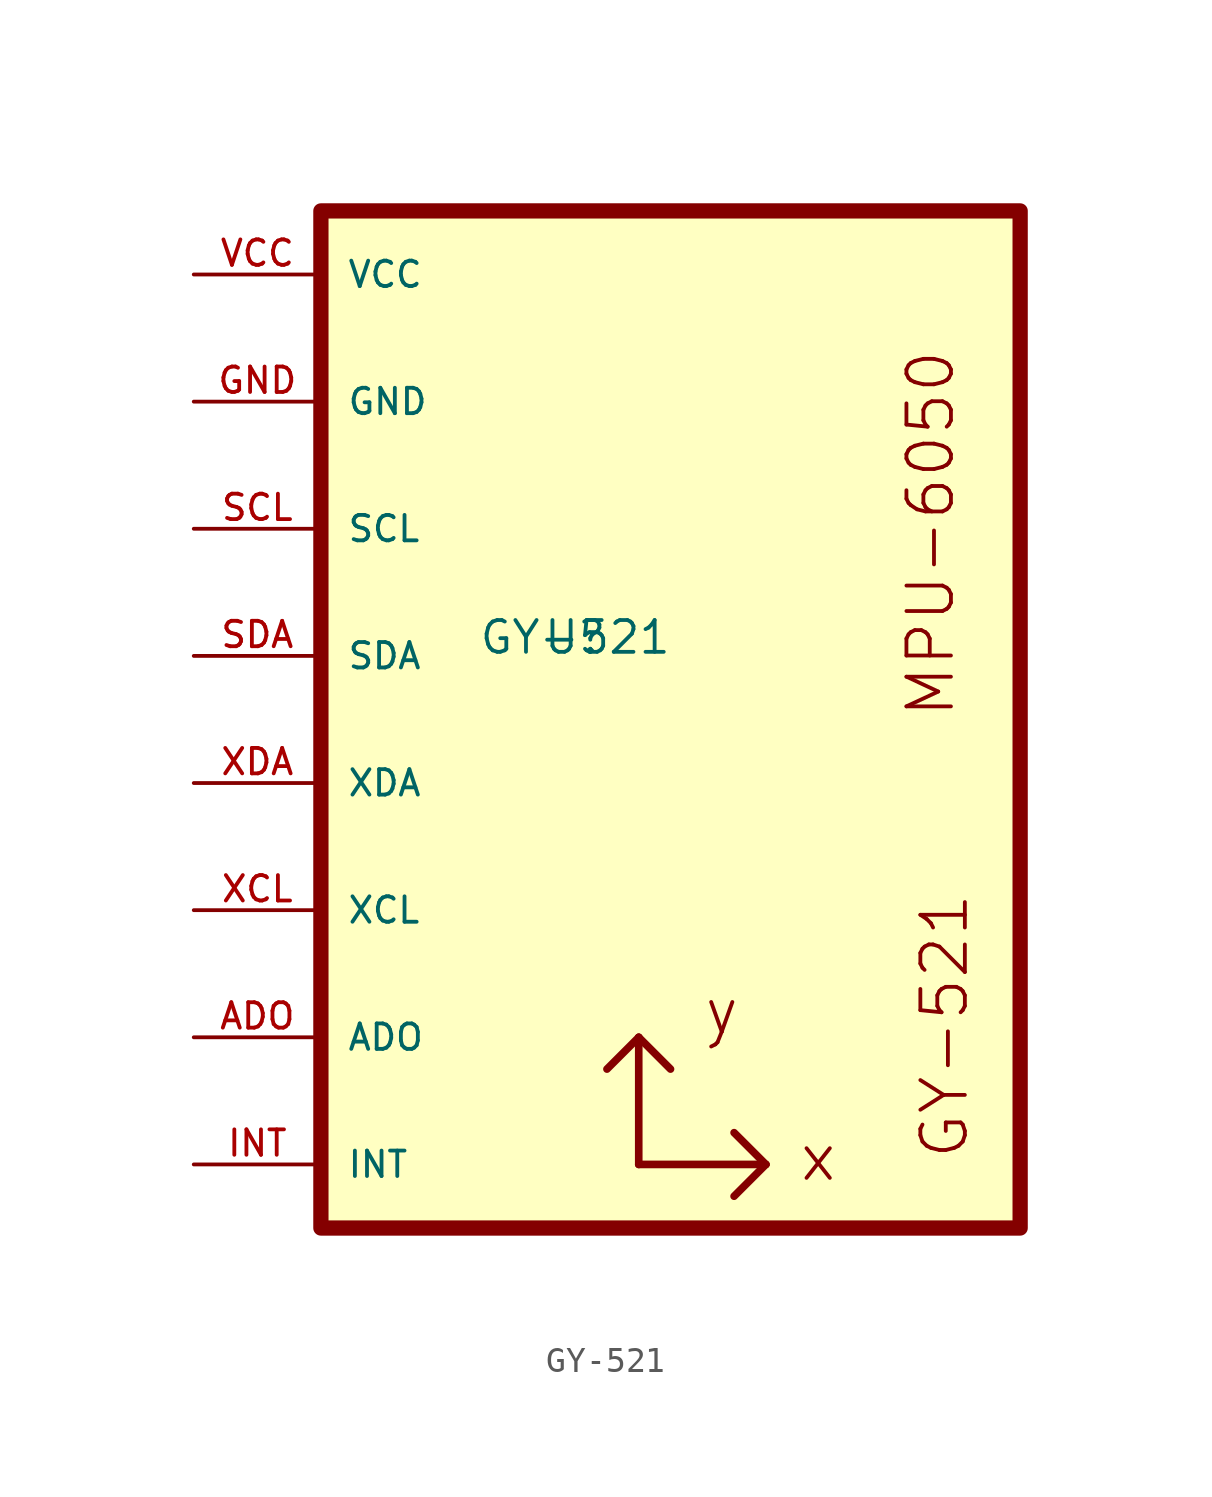
<source format=kicad_sym>
(kicad_symbol_lib
  (version 20220914)
  (generator kicad_symbol_editor)
  (symbol "GY-521"
    (pin_names
      (offset 1.016))
    (property "Reference" "U"
      (at 0 0 0)
      (effects (font (size 1.27 1.27)) (justify bottom)))
    (property "Value" "GY-521"
      (at 0 0 0)
      (effects (font (size 1.27 1.27)) (justify bottom)))
    (symbol "GY-521_0_0"
      (rectangle (start -10.16 -22.86) (end 17.78 17.78) (stroke (width 0.61) (type default)) (fill (type background)))
      (polyline (pts (xy 2.54 -20.32) (xy 2.54 -15.24)) (stroke (width 0.305) (type default)) (fill (type none)))
      (polyline (pts (xy 2.54 -20.32) (xy 7.62 -20.32)) (stroke (width 0.305) (type default)) (fill (type none)))
      (polyline (pts (xy 2.54 -15.24) (xy 1.27 -16.51)) (stroke (width 0.305) (type default)) (fill (type none)))
      (polyline (pts (xy 2.54 -15.24) (xy 3.81 -16.51)) (stroke (width 0.305) (type default)) (fill (type none)))
      (polyline (pts (xy 7.62 -20.32) (xy 6.35 -21.59)) (stroke (width 0.305) (type default)) (fill (type none)))
      (polyline (pts (xy 7.62 -20.32) (xy 6.35 -19.05)) (stroke (width 0.305) (type default)) (fill (type none)))
      (text "GY-521" (at 13.716 -9.398 900) (effects (font (size 1.778 1.778)) (justify right top)))
      (text "x" (at 8.89 -21.082 0) (effects (font (size 1.778 1.778)) (justify left bottom)))
      (text "y" (at 5.08 -15.24 0) (effects (font (size 1.778 1.778)) (justify left bottom)))
      (pin bidirectional line (at -15.24 -15.24 0) (length 5.08) (name "ADO" (effects (font (size 1.016 1.016)))) (number "ADO" (effects (font (size 1.016 1.016)))))
      (pin bidirectional line (at -15.24 10.16 0) (length 5.08) (name "GND" (effects (font (size 1.016 1.016)))) (number "GND" (effects (font (size 1.016 1.016)))))
      (pin bidirectional line (at -15.24 -20.32 0) (length 5.08) (name "INT" (effects (font (size 1.016 1.016)))) (number "INT" (effects (font (size 1.016 1.016)))))
      (pin bidirectional line (at -15.24 5.08 0) (length 5.08) (name "SCL" (effects (font (size 1.016 1.016)))) (number "SCL" (effects (font (size 1.016 1.016)))))
      (pin bidirectional line (at -15.24 0 0) (length 5.08) (name "SDA" (effects (font (size 1.016 1.016)))) (number "SDA" (effects (font (size 1.016 1.016)))))
      (pin bidirectional line (at -15.24 15.24 0) (length 5.08) (name "VCC" (effects (font (size 1.016 1.016)))) (number "VCC" (effects (font (size 1.016 1.016)))))
      (pin bidirectional line (at -15.24 -10.16 0) (length 5.08) (name "XCL" (effects (font (size 1.016 1.016)))) (number "XCL" (effects (font (size 1.016 1.016)))))
      (pin bidirectional line (at -15.24 -5.08 0) (length 5.08) (name "XDA" (effects (font (size 1.016 1.016)))) (number "XDA" (effects (font (size 1.016 1.016))))))
    (symbol "GY-521_1_0"
      (text "MPU-6050" (at 15.24 -2.54 900) (effects (font (size 1.778 1.778)) (justify left bottom))))))
</source>
